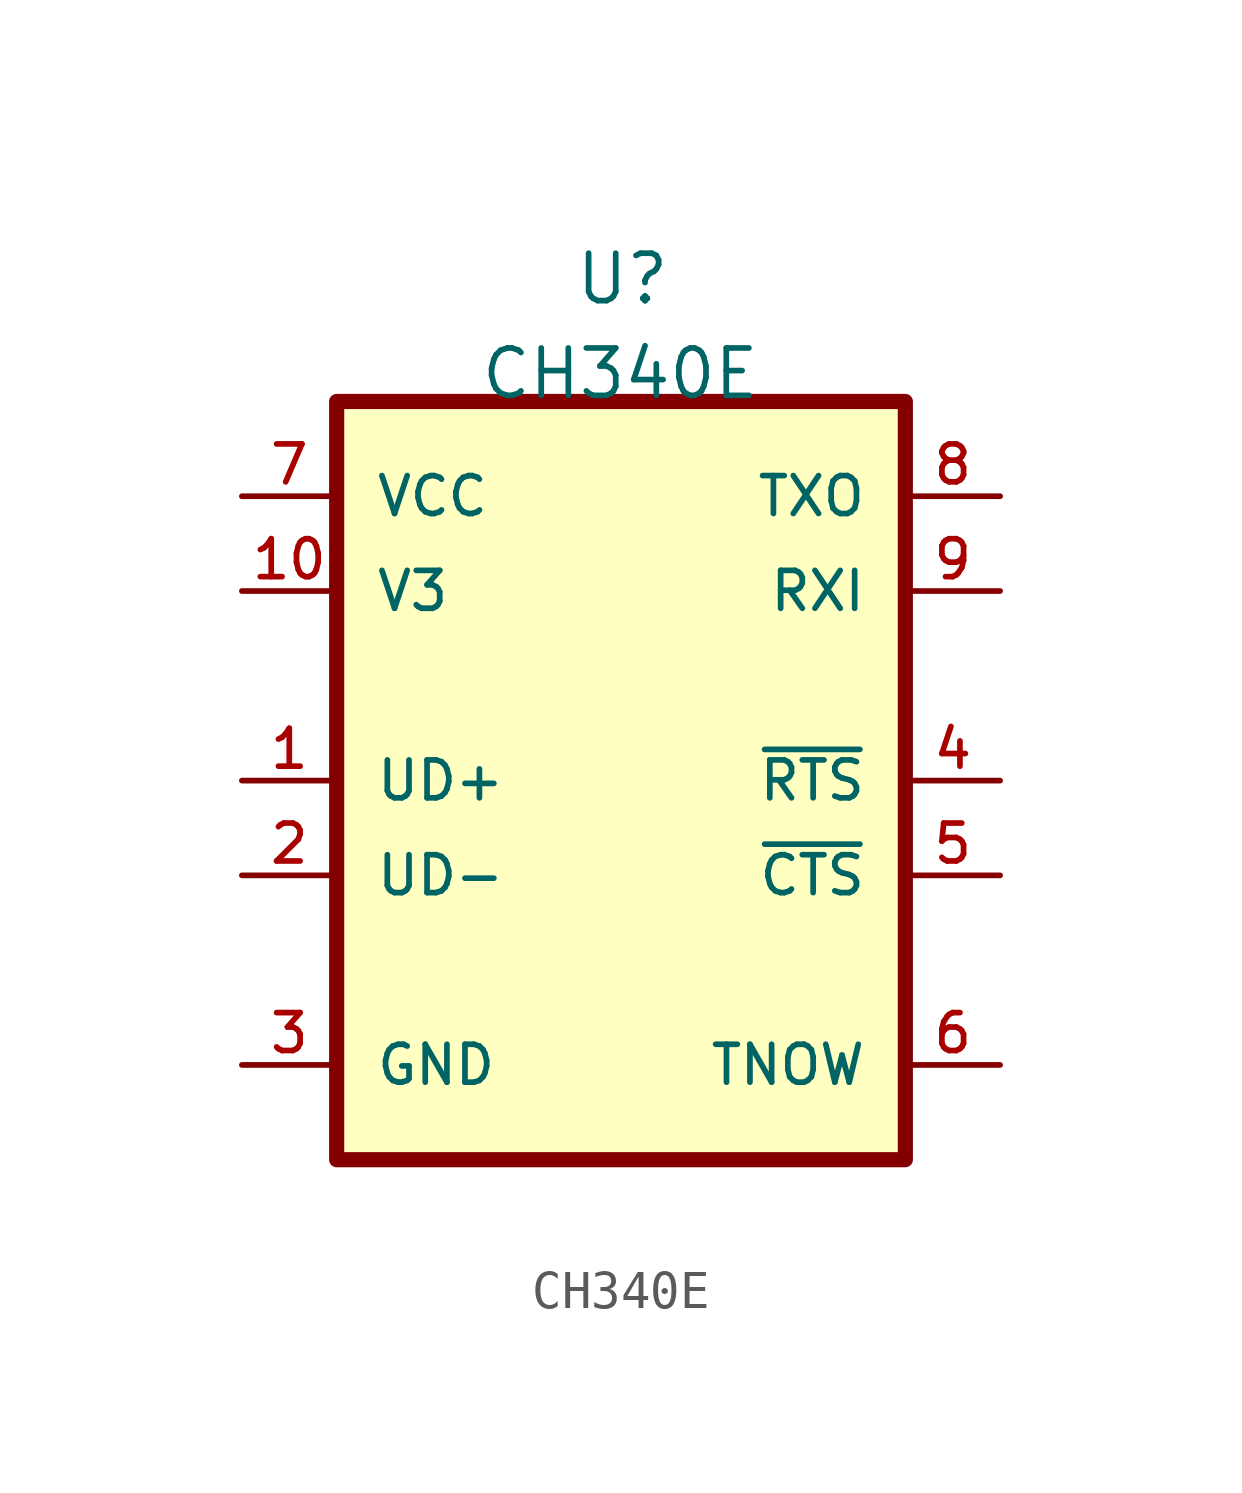
<source format=kicad_sym>
(kicad_symbol_lib
  (version 20211014)
  (generator kicad_symbol_editor)
  (symbol "CH340E"
    (pin_names
      (offset 1.016))
    (property "Reference" "U"
      (at -1.27 12.7 0)
      (effects (font (size 1.27 1.27)) (justify left bottom)))
    (property "Value" "CH340E"
      (at -3.81 10.16 0)
      (effects (font (size 1.27 1.27)) (justify left bottom)))
    (symbol "CH340E_0_0"
      (rectangle (start -7.62 -10.16) (end 7.62 10.16) (stroke (width 0.406) (type default) (color 0 0 0 0)) (fill (type background)))
      (pin bidirectional line (at -10.16 0 0) (length 2.54) (name "UD+" (effects (font (size 1.016 1.016)))) (number "1" (effects (font (size 1.016 1.016)))))
      (pin bidirectional line (at -10.16 5.08 0) (length 2.54) (name "V3" (effects (font (size 1.016 1.016)))) (number "10" (effects (font (size 1.016 1.016)))))
      (pin bidirectional line (at -10.16 -2.54 0) (length 2.54) (name "UD-" (effects (font (size 1.016 1.016)))) (number "2" (effects (font (size 1.016 1.016)))))
      (pin bidirectional line (at -10.16 -7.62 0) (length 2.54) (name "GND" (effects (font (size 1.016 1.016)))) (number "3" (effects (font (size 1.016 1.016)))))
      (pin bidirectional line (at 10.16 0 180) (length 2.54) (name "~{RTS}" (effects (font (size 1.016 1.016)))) (number "4" (effects (font (size 1.016 1.016)))))
      (pin bidirectional line (at 10.16 -2.54 180) (length 2.54) (name "~{CTS}" (effects (font (size 1.016 1.016)))) (number "5" (effects (font (size 1.016 1.016)))))
      (pin bidirectional line (at 10.16 -7.62 180) (length 2.54) (name "TNOW" (effects (font (size 1.016 1.016)))) (number "6" (effects (font (size 1.016 1.016)))))
      (pin bidirectional line (at -10.16 7.62 0) (length 2.54) (name "VCC" (effects (font (size 1.016 1.016)))) (number "7" (effects (font (size 1.016 1.016)))))
      (pin bidirectional line (at 10.16 7.62 180) (length 2.54) (name "TXO" (effects (font (size 1.016 1.016)))) (number "8" (effects (font (size 1.016 1.016)))))
      (pin bidirectional line (at 10.16 5.08 180) (length 2.54) (name "RXI" (effects (font (size 1.016 1.016)))) (number "9" (effects (font (size 1.016 1.016))))))))
</source>
